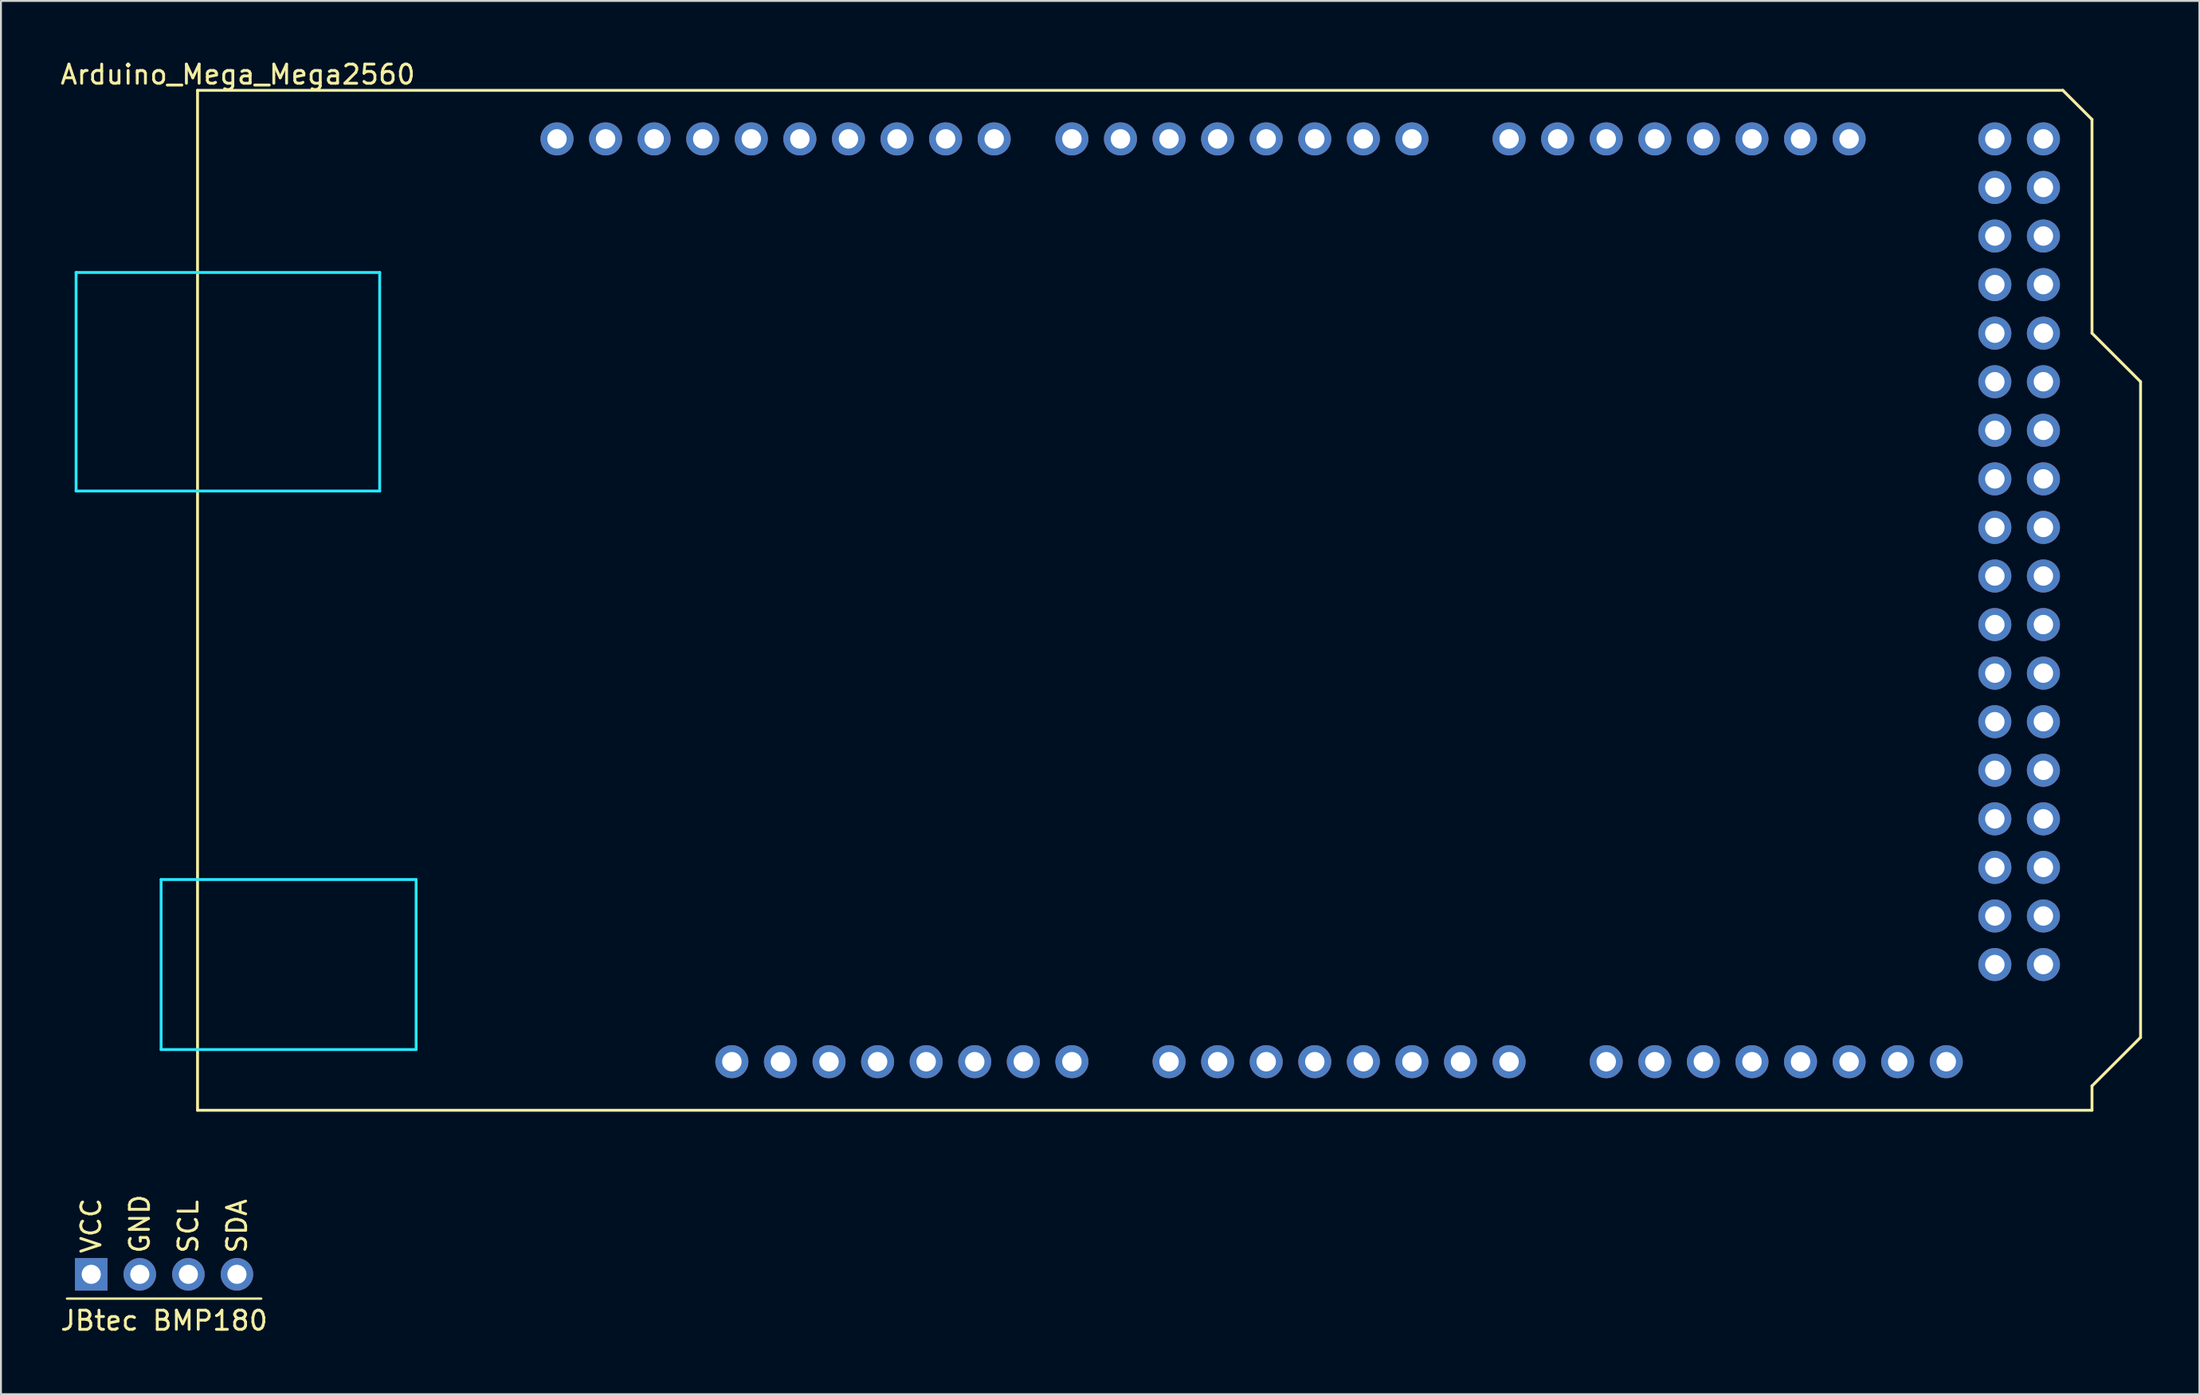
<source format=kicad_pcb>
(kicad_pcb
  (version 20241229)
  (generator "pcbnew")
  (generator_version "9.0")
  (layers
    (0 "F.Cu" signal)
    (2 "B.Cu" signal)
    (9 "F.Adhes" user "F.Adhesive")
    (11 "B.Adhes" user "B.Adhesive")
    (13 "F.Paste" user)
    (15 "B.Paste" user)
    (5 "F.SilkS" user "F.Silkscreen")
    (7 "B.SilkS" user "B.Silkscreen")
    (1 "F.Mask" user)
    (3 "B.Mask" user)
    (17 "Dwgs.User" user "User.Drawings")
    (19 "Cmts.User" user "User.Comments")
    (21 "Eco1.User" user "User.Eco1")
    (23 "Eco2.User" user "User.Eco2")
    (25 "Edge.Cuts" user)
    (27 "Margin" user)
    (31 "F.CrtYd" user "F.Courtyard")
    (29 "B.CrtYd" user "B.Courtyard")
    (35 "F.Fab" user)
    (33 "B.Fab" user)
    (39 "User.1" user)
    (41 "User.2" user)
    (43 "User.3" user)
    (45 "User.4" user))
  (footprint "Arduino_Mega_Mega2560"
    (layer "F.Cu")
    (at 7.279 55.014)
    (property "Reference" "Arduino_Mega_Mega2560" (at 2.108 -54.166 0) (layer "F.SilkS") (effects (font (size 1 1) (thickness 0.15))))
    (attr through_hole)
    (fp_line (start 0 -53.34) (end 0 0) (stroke (width 0.15) (type solid)) (layer "F.SilkS"))
    (fp_line (start 0 -53.34) (end 97.536 -53.34) (stroke (width 0.15) (type solid)) (layer "F.SilkS"))
    (fp_line (start 0 0) (end 99.06 0) (stroke (width 0.15) (type solid)) (layer "F.SilkS"))
    (fp_line (start 97.536 -53.34) (end 99.06 -51.816) (stroke (width 0.15) (type solid)) (layer "F.SilkS"))
    (fp_line (start 99.06 -40.64) (end 99.06 -51.816) (stroke (width 0.15) (type solid)) (layer "F.SilkS"))
    (fp_line (start 99.06 -1.27) (end 101.6 -3.81) (stroke (width 0.15) (type solid)) (layer "F.SilkS"))
    (fp_line (start 99.06 0) (end 99.06 -1.27) (stroke (width 0.15) (type solid)) (layer "F.SilkS"))
    (fp_line (start 101.6 -38.1) (end 99.06 -40.64) (stroke (width 0.15) (type solid)) (layer "F.SilkS"))
    (fp_line (start 101.6 -3.81) (end 101.6 -38.1) (stroke (width 0.15) (type solid)) (layer "F.SilkS"))
    (fp_line (start -6.35 -43.815) (end -6.35 -32.385) (stroke (width 0.15) (type solid)) (layer "B.CrtYd"))
    (fp_line (start -1.905 -12.065) (end -1.905 -3.175) (stroke (width 0.15) (type solid)) (layer "B.CrtYd"))
    (fp_line (start -1.905 -12.065) (end 11.43 -12.065) (stroke (width 0.15) (type solid)) (layer "B.CrtYd"))
    (fp_line (start -1.905 -3.175) (end 11.43 -3.175) (stroke (width 0.15) (type solid)) (layer "B.CrtYd"))
    (fp_line (start 9.525 -43.815) (end -6.35 -43.815) (stroke (width 0.15) (type solid)) (layer "B.CrtYd"))
    (fp_line (start 9.525 -43.815) (end 9.525 -32.385) (stroke (width 0.15) (type solid)) (layer "B.CrtYd"))
    (fp_line (start 9.525 -32.385) (end -6.35 -32.385) (stroke (width 0.15) (type solid)) (layer "B.CrtYd"))
    (fp_line (start 11.43 -12.065) (end 11.43 -3.175) (stroke (width 0.15) (type solid)) (layer "B.CrtYd"))
    (pad "" thru_hole oval (at 27.94 -2.54) (size 1.727 1.727) (drill 1.016) (layers "*.Cu" "*.Mask"))
    (pad "3V3" thru_hole oval (at 35.56 -2.54) (size 1.727 1.727) (drill 1.016) (layers "*.Cu" "*.Mask"))
    (pad "5V1" thru_hole oval (at 38.1 -2.54) (size 1.727 1.727) (drill 1.016) (layers "*.Cu" "*.Mask"))
    (pad "5V3" thru_hole oval (at 93.98 -50.8) (size 1.727 1.727) (drill 1.016) (layers "*.Cu" "*.Mask"))
    (pad "5V4" thru_hole oval (at 96.52 -50.8) (size 1.727 1.727) (drill 1.016) (layers "*.Cu" "*.Mask"))
    (pad "A0" thru_hole oval (at 50.8 -2.54) (size 1.727 1.727) (drill 1.016) (layers "*.Cu" "*.Mask"))
    (pad "A1" thru_hole oval (at 53.34 -2.54) (size 1.727 1.727) (drill 1.016) (layers "*.Cu" "*.Mask"))
    (pad "A2" thru_hole oval (at 55.88 -2.54) (size 1.727 1.727) (drill 1.016) (layers "*.Cu" "*.Mask"))
    (pad "A3" thru_hole oval (at 58.42 -2.54) (size 1.727 1.727) (drill 1.016) (layers "*.Cu" "*.Mask"))
    (pad "A4" thru_hole oval (at 60.96 -2.54) (size 1.727 1.727) (drill 1.016) (layers "*.Cu" "*.Mask"))
    (pad "A5" thru_hole oval (at 63.5 -2.54) (size 1.727 1.727) (drill 1.016) (layers "*.Cu" "*.Mask"))
    (pad "A6" thru_hole oval (at 66.04 -2.54) (size 1.727 1.727) (drill 1.016) (layers "*.Cu" "*.Mask"))
    (pad "A7" thru_hole oval (at 68.58 -2.54) (size 1.727 1.727) (drill 1.016) (layers "*.Cu" "*.Mask"))
    (pad "A8" thru_hole oval (at 73.66 -2.54) (size 1.727 1.727) (drill 1.016) (layers "*.Cu" "*.Mask"))
    (pad "A9" thru_hole oval (at 76.2 -2.54) (size 1.727 1.727) (drill 1.016) (layers "*.Cu" "*.Mask"))
    (pad "A10" thru_hole oval (at 78.74 -2.54) (size 1.727 1.727) (drill 1.016) (layers "*.Cu" "*.Mask"))
    (pad "A11" thru_hole oval (at 81.28 -2.54) (size 1.727 1.727) (drill 1.016) (layers "*.Cu" "*.Mask"))
    (pad "A12" thru_hole oval (at 83.82 -2.54) (size 1.727 1.727) (drill 1.016) (layers "*.Cu" "*.Mask"))
    (pad "A13" thru_hole oval (at 86.36 -2.54) (size 1.727 1.727) (drill 1.016) (layers "*.Cu" "*.Mask"))
    (pad "A14" thru_hole oval (at 88.9 -2.54) (size 1.727 1.727) (drill 1.016) (layers "*.Cu" "*.Mask"))
    (pad "A15" thru_hole oval (at 91.44 -2.54) (size 1.727 1.727) (drill 1.016) (layers "*.Cu" "*.Mask"))
    (pad "AREF" thru_hole oval (at 23.876 -50.8) (size 1.727 1.727) (drill 1.016) (layers "*.Cu" "*.Mask"))
    (pad "D0" thru_hole oval (at 63.5 -50.8) (size 1.727 1.727) (drill 1.016) (layers "*.Cu" "*.Mask"))
    (pad "D1" thru_hole oval (at 60.96 -50.8) (size 1.727 1.727) (drill 1.016) (layers "*.Cu" "*.Mask"))
    (pad "D2" thru_hole oval (at 58.42 -50.8) (size 1.727 1.727) (drill 1.016) (layers "*.Cu" "*.Mask"))
    (pad "D3" thru_hole oval (at 55.88 -50.8) (size 1.727 1.727) (drill 1.016) (layers "*.Cu" "*.Mask"))
    (pad "D4" thru_hole oval (at 53.34 -50.8) (size 1.727 1.727) (drill 1.016) (layers "*.Cu" "*.Mask"))
    (pad "D5" thru_hole oval (at 50.8 -50.8) (size 1.727 1.727) (drill 1.016) (layers "*.Cu" "*.Mask"))
    (pad "D6" thru_hole oval (at 48.26 -50.8) (size 1.727 1.727) (drill 1.016) (layers "*.Cu" "*.Mask"))
    (pad "D7" thru_hole oval (at 45.72 -50.8) (size 1.727 1.727) (drill 1.016) (layers "*.Cu" "*.Mask"))
    (pad "D8" thru_hole oval (at 41.656 -50.8) (size 1.727 1.727) (drill 1.016) (layers "*.Cu" "*.Mask"))
    (pad "D9" thru_hole oval (at 39.116 -50.8) (size 1.727 1.727) (drill 1.016) (layers "*.Cu" "*.Mask"))
    (pad "D10" thru_hole oval (at 36.576 -50.8) (size 1.727 1.727) (drill 1.016) (layers "*.Cu" "*.Mask"))
    (pad "D11" thru_hole oval (at 34.036 -50.8) (size 1.727 1.727) (drill 1.016) (layers "*.Cu" "*.Mask"))
    (pad "D12" thru_hole oval (at 31.496 -50.8) (size 1.727 1.727) (drill 1.016) (layers "*.Cu" "*.Mask"))
    (pad "D13" thru_hole oval (at 28.956 -50.8) (size 1.727 1.727) (drill 1.016) (layers "*.Cu" "*.Mask"))
    (pad "D14" thru_hole oval (at 68.58 -50.8) (size 1.727 1.727) (drill 1.016) (layers "*.Cu" "*.Mask"))
    (pad "D15" thru_hole oval (at 71.12 -50.8) (size 1.727 1.727) (drill 1.016) (layers "*.Cu" "*.Mask"))
    (pad "D16" thru_hole oval (at 73.66 -50.8) (size 1.727 1.727) (drill 1.016) (layers "*.Cu" "*.Mask"))
    (pad "D17" thru_hole oval (at 76.2 -50.8) (size 1.727 1.727) (drill 1.016) (layers "*.Cu" "*.Mask"))
    (pad "D18" thru_hole oval (at 78.74 -50.8) (size 1.727 1.727) (drill 1.016) (layers "*.Cu" "*.Mask"))
    (pad "D19" thru_hole oval (at 81.28 -50.8) (size 1.727 1.727) (drill 1.016) (layers "*.Cu" "*.Mask"))
    (pad "D20" thru_hole oval (at 83.82 -50.8) (size 1.727 1.727) (drill 1.016) (layers "*.Cu" "*.Mask"))
    (pad "D21" thru_hole oval (at 86.36 -50.8) (size 1.727 1.727) (drill 1.016) (layers "*.Cu" "*.Mask"))
    (pad "D22" thru_hole oval (at 93.98 -48.26) (size 1.727 1.727) (drill 1.016) (layers "*.Cu" "*.Mask"))
    (pad "D23" thru_hole oval (at 96.52 -48.26) (size 1.727 1.727) (drill 1.016) (layers "*.Cu" "*.Mask"))
    (pad "D24" thru_hole oval (at 93.98 -45.72) (size 1.727 1.727) (drill 1.016) (layers "*.Cu" "*.Mask"))
    (pad "D25" thru_hole oval (at 96.52 -45.72) (size 1.727 1.727) (drill 1.016) (layers "*.Cu" "*.Mask"))
    (pad "D26" thru_hole oval (at 93.98 -43.18) (size 1.727 1.727) (drill 1.016) (layers "*.Cu" "*.Mask"))
    (pad "D27" thru_hole oval (at 96.52 -43.18) (size 1.727 1.727) (drill 1.016) (layers "*.Cu" "*.Mask"))
    (pad "D28" thru_hole oval (at 93.98 -40.64) (size 1.727 1.727) (drill 1.016) (layers "*.Cu" "*.Mask"))
    (pad "D29" thru_hole oval (at 96.52 -40.64) (size 1.727 1.727) (drill 1.016) (layers "*.Cu" "*.Mask"))
    (pad "D30" thru_hole oval (at 93.98 -38.1) (size 1.727 1.727) (drill 1.016) (layers "*.Cu" "*.Mask"))
    (pad "D31" thru_hole oval (at 96.52 -38.1) (size 1.727 1.727) (drill 1.016) (layers "*.Cu" "*.Mask"))
    (pad "D32" thru_hole oval (at 93.98 -35.56) (size 1.727 1.727) (drill 1.016) (layers "*.Cu" "*.Mask"))
    (pad "D33" thru_hole oval (at 96.52 -35.56) (size 1.727 1.727) (drill 1.016) (layers "*.Cu" "*.Mask"))
    (pad "D34" thru_hole oval (at 93.98 -33.02) (size 1.727 1.727) (drill 1.016) (layers "*.Cu" "*.Mask"))
    (pad "D35" thru_hole oval (at 96.52 -33.02) (size 1.727 1.727) (drill 1.016) (layers "*.Cu" "*.Mask"))
    (pad "D36" thru_hole oval (at 93.98 -30.48) (size 1.727 1.727) (drill 1.016) (layers "*.Cu" "*.Mask"))
    (pad "D37" thru_hole oval (at 96.52 -30.48) (size 1.727 1.727) (drill 1.016) (layers "*.Cu" "*.Mask"))
    (pad "D38" thru_hole oval (at 93.98 -27.94) (size 1.727 1.727) (drill 1.016) (layers "*.Cu" "*.Mask"))
    (pad "D39" thru_hole oval (at 96.52 -27.94) (size 1.727 1.727) (drill 1.016) (layers "*.Cu" "*.Mask"))
    (pad "D40" thru_hole oval (at 93.98 -25.4) (size 1.727 1.727) (drill 1.016) (layers "*.Cu" "*.Mask"))
    (pad "D41" thru_hole oval (at 96.52 -25.4) (size 1.727 1.727) (drill 1.016) (layers "*.Cu" "*.Mask"))
    (pad "D42" thru_hole oval (at 93.98 -22.86) (size 1.727 1.727) (drill 1.016) (layers "*.Cu" "*.Mask"))
    (pad "D43" thru_hole oval (at 96.52 -22.86) (size 1.727 1.727) (drill 1.016) (layers "*.Cu" "*.Mask"))
    (pad "D44" thru_hole oval (at 93.98 -20.32) (size 1.727 1.727) (drill 1.016) (layers "*.Cu" "*.Mask"))
    (pad "D45" thru_hole oval (at 96.52 -20.32) (size 1.727 1.727) (drill 1.016) (layers "*.Cu" "*.Mask"))
    (pad "D46" thru_hole oval (at 93.98 -17.78) (size 1.727 1.727) (drill 1.016) (layers "*.Cu" "*.Mask"))
    (pad "D47" thru_hole oval (at 96.52 -17.78) (size 1.727 1.727) (drill 1.016) (layers "*.Cu" "*.Mask"))
    (pad "D48" thru_hole oval (at 93.98 -15.24) (size 1.727 1.727) (drill 1.016) (layers "*.Cu" "*.Mask"))
    (pad "D49" thru_hole oval (at 96.52 -15.24) (size 1.727 1.727) (drill 1.016) (layers "*.Cu" "*.Mask"))
    (pad "D50" thru_hole oval (at 93.98 -12.7) (size 1.727 1.727) (drill 1.016) (layers "*.Cu" "*.Mask"))
    (pad "D51" thru_hole oval (at 96.52 -12.7) (size 1.727 1.727) (drill 1.016) (layers "*.Cu" "*.Mask"))
    (pad "D52" thru_hole oval (at 93.98 -10.16) (size 1.727 1.727) (drill 1.016) (layers "*.Cu" "*.Mask"))
    (pad "D53" thru_hole oval (at 96.52 -10.16) (size 1.727 1.727) (drill 1.016) (layers "*.Cu" "*.Mask"))
    (pad "GND1" thru_hole oval (at 26.416 -50.8) (size 1.727 1.727) (drill 1.016) (layers "*.Cu" "*.Mask"))
    (pad "GND2" thru_hole oval (at 40.64 -2.54) (size 1.727 1.727) (drill 1.016) (layers "*.Cu" "*.Mask"))
    (pad "GND3" thru_hole oval (at 43.18 -2.54) (size 1.727 1.727) (drill 1.016) (layers "*.Cu" "*.Mask"))
    (pad "GND5" thru_hole oval (at 93.98 -7.62) (size 1.727 1.727) (drill 1.016) (layers "*.Cu" "*.Mask"))
    (pad "GND6" thru_hole oval (at 96.52 -7.62) (size 1.727 1.727) (drill 1.016) (layers "*.Cu" "*.Mask"))
    (pad "IORF" thru_hole oval (at 30.48 -2.54) (size 1.727 1.727) (drill 1.016) (layers "*.Cu" "*.Mask"))
    (pad "RST1" thru_hole oval (at 33.02 -2.54) (size 1.727 1.727) (drill 1.016) (layers "*.Cu" "*.Mask"))
    (pad "SCL" thru_hole oval (at 18.796 -50.8) (size 1.727 1.727) (drill 1.016) (layers "*.Cu" "*.Mask"))
    (pad "SDA" thru_hole oval (at 21.336 -50.8) (size 1.727 1.727) (drill 1.016) (layers "*.Cu" "*.Mask"))
    (pad "VIN" thru_hole oval (at 45.72 -2.54) (size 1.727 1.727) (drill 1.016) (layers "*.Cu" "*.Mask")))
  (footprint "JBtec BMP180"
    (layer "F.Cu")
    (at 5.53 58.514)
    (property "Reference" "JBtec BMP180" (at 0 7.5 0) (layer "F.SilkS") (effects (font (size 1 1) (thickness 0.15))))
    (attr through_hole)
    (fp_line (start -5.08 6.35) (end 5.08 6.35) (stroke (width 0.12) (type solid)) (layer "F.SilkS"))
    (fp_text user "SDA" (at 3.81 4.064 90) (layer "F.SilkS") (effects (font (size 1 1) (thickness 0.15)) (justify left)))
    (fp_text user "SCL" (at 1.27 4.064 90) (layer "F.SilkS") (effects (font (size 1 1) (thickness 0.15)) (justify left)))
    (fp_text user "VCC" (at -3.81 4.064 90) (layer "F.SilkS") (effects (font (size 1 1) (thickness 0.15)) (justify left)))
    (fp_text user "GND" (at -1.27 4.064 90) (layer "F.SilkS") (effects (font (size 1 1) (thickness 0.15)) (justify left)))
    (pad "1" thru_hole rect (at -3.81 5.08 90) (size 1.7 1.7) (drill 1) (layers "*.Cu" "*.Mask"))
    (pad "2" thru_hole oval (at -1.27 5.08 90) (size 1.7 1.7) (drill 1) (layers "*.Cu" "*.Mask"))
    (pad "3" thru_hole oval (at 1.27 5.08 90) (size 1.7 1.7) (drill 1) (layers "*.Cu" "*.Mask"))
    (pad "4" thru_hole oval (at 3.81 5.08 90) (size 1.7 1.7) (drill 1) (layers "*.Cu" "*.Mask")))
  (gr_rect
    (start -3 -3)
    (end 111.954 69.862)
    (stroke (width 0.1) (type default))
    (fill no)
    (layer "Edge.Cuts")))
</source>
